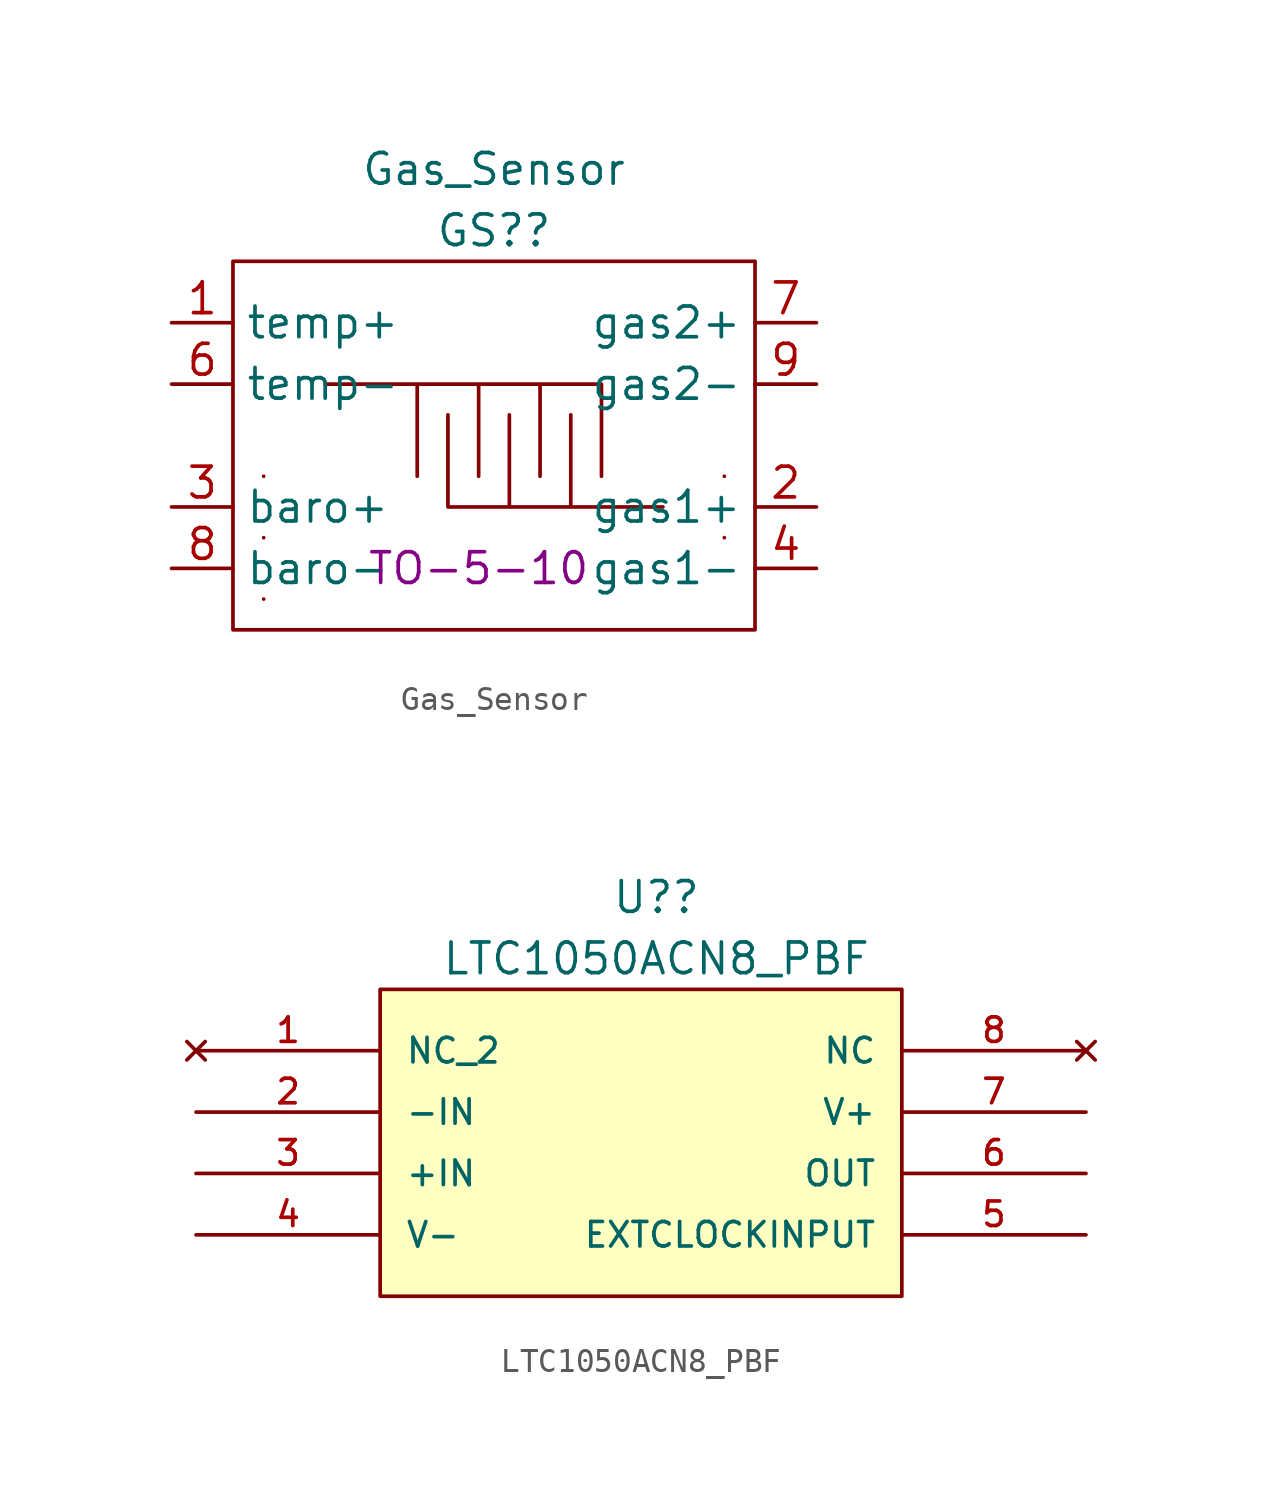
<source format=kicad_sym>
(kicad_symbol_lib
  (version 20211014)
  (generator kicad_symbol_editor)
  (symbol "Gas_Sensor"
    (property "Reference" "GS?"
      (at -0.635 13.97 0)
      (effects (font (size 1.27 1.27))))
    (property "Value" "Gas_Sensor"
      (at -0.635 16.51 0)
      (effects (font (size 1.27 1.27))))
    (property "Footprint" "TO-5-10"
      (at -1.27 0 0)
      (effects (font (size 1.27 1.27))))
    (symbol "Gas_Sensor_0_0"
      (pin passive line (at 12.7 10.16 180) (length 2.54) (name "gas2+" (effects (font (size 1.27 1.27)))) (number "7" (effects (font (size 1.27 1.27)))))
      (pin passive line (at 12.7 7.62 180) (length 2.54) (name "gas2-" (effects (font (size 1.27 1.27)))) (number "9" (effects (font (size 1.27 1.27))))))
    (symbol "Gas_Sensor_0_1"
      (rectangle (start -10.16 -1.27) (end -10.16 -1.27) (stroke (width 0) (type default) (color 0 0 0 0)) (fill (type none)))
      (rectangle (start -10.16 1.27) (end -10.16 1.27) (stroke (width 0) (type default) (color 0 0 0 0)) (fill (type none)))
      (rectangle (start -10.16 3.81) (end -10.16 3.81) (stroke (width 0) (type default) (color 0 0 0 0)) (fill (type none)))
      (polyline (pts (xy -2.54 6.35) (xy -2.54 2.54) (xy 5.08 2.54) (xy 2.54 2.54) (xy 2.54 6.35) (xy 2.54 2.54) (xy 0 2.54) (xy 0 6.35) (xy 0 2.54) (xy 6.35 2.54)) (stroke (width 0) (type default) (color 0 0 0 0)) (fill (type none)))
      (polyline (pts (xy -6.35 7.62) (xy -7.62 7.62) (xy -6.35 7.62) (xy 3.81 7.62) (xy 3.81 3.81) (xy 3.81 7.62) (xy 1.27 7.62) (xy 1.27 3.81) (xy 1.27 7.62) (xy -1.27 7.62) (xy -1.27 3.81) (xy -1.27 7.62) (xy -3.81 7.62) (xy -3.81 3.81)) (stroke (width 0) (type default) (color 0 0 0 0)) (fill (type none)))
      (rectangle (start 8.89 1.27) (end 8.89 1.27) (stroke (width 0) (type default) (color 0 0 0 0)) (fill (type none)))
      (rectangle (start 8.89 3.81) (end 8.89 3.81) (stroke (width 0) (type default) (color 0 0 0 0)) (fill (type none)))
      (rectangle (start 10.16 -2.54) (end -11.43 12.7) (stroke (width 0) (type default) (color 0 0 0 0)) (fill (type none))))
    (symbol "Gas_Sensor_1_1"
      (pin passive line (at -13.97 10.16 0) (length 2.54) (name "temp+" (effects (font (size 1.27 1.27)))) (number "1" (effects (font (size 1.27 1.27)))))
      (pin passive line (at 12.7 2.54 180) (length 2.54) (name "gas1+" (effects (font (size 1.27 1.27)))) (number "2" (effects (font (size 1.27 1.27)))))
      (pin passive line (at -13.97 2.54 0) (length 2.54) (name "baro+" (effects (font (size 1.27 1.27)))) (number "3" (effects (font (size 1.27 1.27)))))
      (pin passive line (at 12.7 0 180) (length 2.54) (name "gas1-" (effects (font (size 1.27 1.27)))) (number "4" (effects (font (size 1.27 1.27)))))
      (pin passive line (at -13.97 7.62 0) (length 2.54) (name "temp-" (effects (font (size 1.27 1.27)))) (number "6" (effects (font (size 1.27 1.27)))))
      (pin passive line (at -13.97 0 0) (length 2.54) (name "baro-" (effects (font (size 1.27 1.27)))) (number "8" (effects (font (size 1.27 1.27)))))))
  (symbol "LTC1050ACN8_PBF"
    (pin_names
      (offset 1.016))
    (property "Reference" "U?"
      (at 19.05 6.35 0)
      (effects (font (size 1.27 1.27))))
    (property "Value" "LTC1050ACN8_PBF"
      (at 19.05 3.81 0)
      (effects (font (size 1.27 1.27))))
    (symbol "LTC1050ACN8_PBF_0_0"
      (rectangle (start 7.62 2.54) (end 29.21 -10.16) (stroke (width 0.152) (type default) (color 0 0 0 0)) (fill (type background)))
      (pin no_connect line (at 0 0 0) (length 7.62) (name "NC_2" (effects (font (size 1.016 1.016)))) (number "1" (effects (font (size 1.016 1.016)))))
      (pin input line (at 0 -2.54 0) (length 7.62) (name "-IN" (effects (font (size 1.016 1.016)))) (number "2" (effects (font (size 1.016 1.016)))))
      (pin input line (at 0 -5.08 0) (length 7.62) (name "+IN" (effects (font (size 1.016 1.016)))) (number "3" (effects (font (size 1.016 1.016)))))
      (pin power_in line (at 0 -7.62 0) (length 7.62) (name "V-" (effects (font (size 1.016 1.016)))) (number "4" (effects (font (size 1.016 1.016)))))
      (pin input line (at 36.83 -7.62 180) (length 7.62) (name "EXTCLOCKINPUT" (effects (font (size 1.016 1.016)))) (number "5" (effects (font (size 1.016 1.016)))))
      (pin output line (at 36.83 -5.08 180) (length 7.62) (name "OUT" (effects (font (size 1.016 1.016)))) (number "6" (effects (font (size 1.016 1.016)))))
      (pin power_in line (at 36.83 -2.54 180) (length 7.62) (name "V+" (effects (font (size 1.016 1.016)))) (number "7" (effects (font (size 1.016 1.016)))))
      (pin no_connect line (at 36.83 0 180) (length 7.62) (name "NC" (effects (font (size 1.016 1.016)))) (number "8" (effects (font (size 1.016 1.016))))))))
</source>
